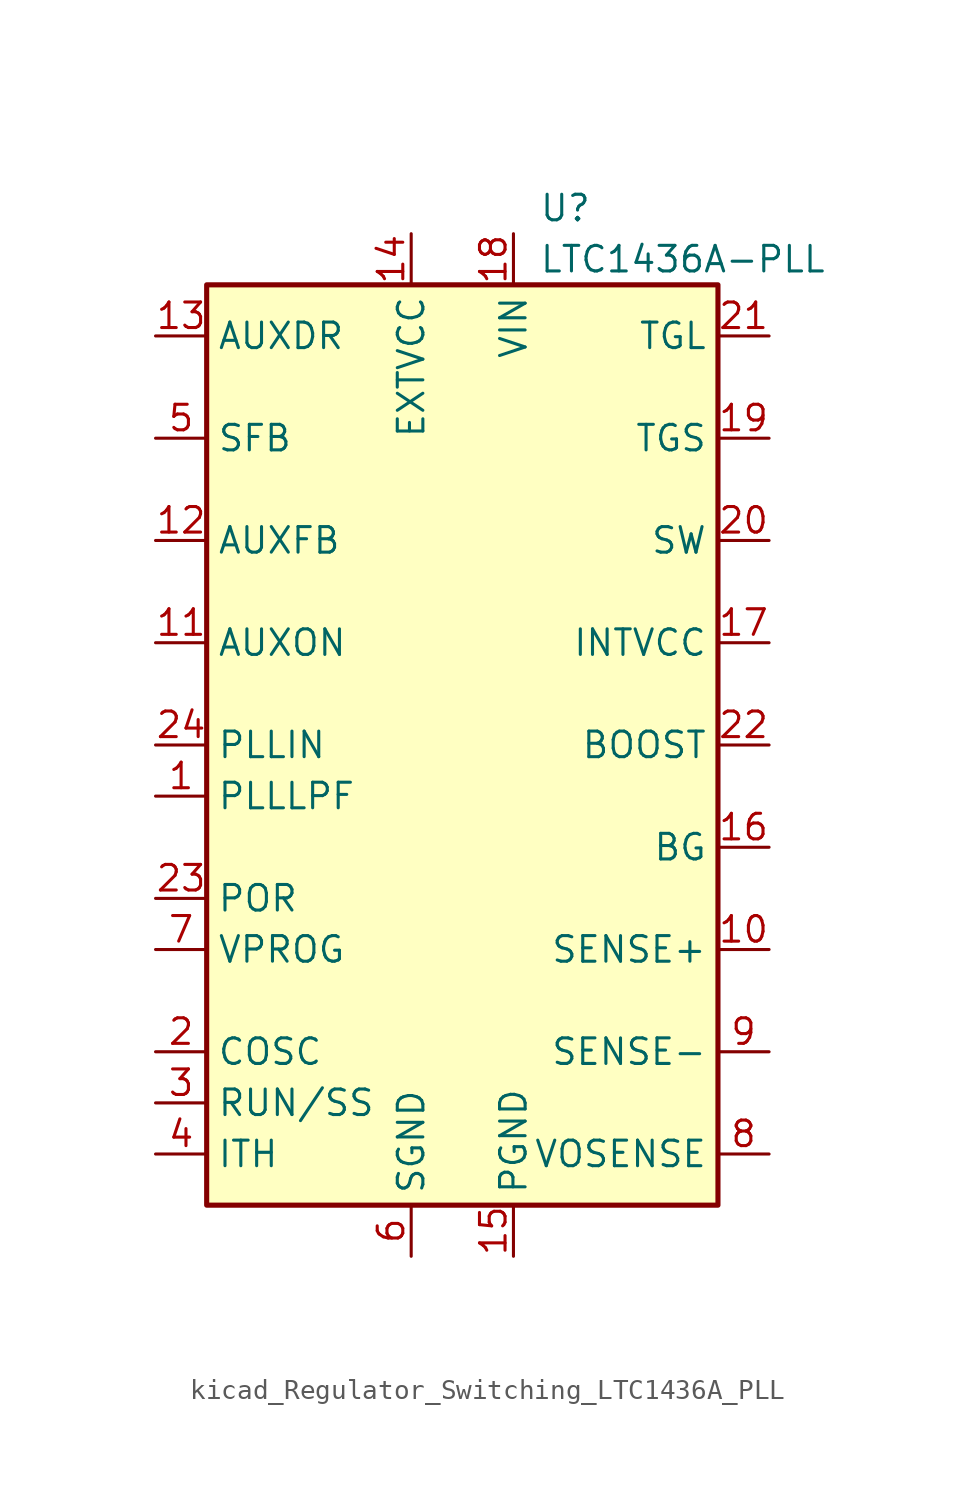
<source format=kicad_sym>
(kicad_symbol_lib
  (version 20220914)
  (generator kicad_symbol_editor)
  (symbol "kicad_Regulator_Switching_LTC1436A_PLL"
    (property "Reference" "U"
      (at 3.81 26.67 0)
      (effects (font (size 1.27 1.27)) (justify left)))
    (property "Value" "LTC1436A-PLL"
      (at 3.81 24.13 0)
      (effects (font (size 1.27 1.27)) (justify left)))
    (symbol "kicad_Regulator_Switching_LTC1436A_PLL_0_1"
      (rectangle (start -12.7 -22.86) (end 12.7 22.86) (stroke (width 0.254) (type default)) (fill (type background))))
    (symbol "kicad_Regulator_Switching_LTC1436A_PLL_1_1"
      (pin passive line (at -15.24 -2.54 0) (length 2.54) (name "PLLLPF" (effects (font (size 1.27 1.27)))) (number "1" (effects (font (size 1.27 1.27)))))
      (pin input line (at 15.24 -10.16 180) (length 2.54) (name "SENSE+" (effects (font (size 1.27 1.27)))) (number "10" (effects (font (size 1.27 1.27)))))
      (pin input line (at -15.24 5.08 0) (length 2.54) (name "AUXON" (effects (font (size 1.27 1.27)))) (number "11" (effects (font (size 1.27 1.27)))))
      (pin input line (at -15.24 10.16 0) (length 2.54) (name "AUXFB" (effects (font (size 1.27 1.27)))) (number "12" (effects (font (size 1.27 1.27)))))
      (pin open_collector line (at -15.24 20.32 0) (length 2.54) (name "AUXDR" (effects (font (size 1.27 1.27)))) (number "13" (effects (font (size 1.27 1.27)))))
      (pin power_in line (at -2.54 25.4 270) (length 2.54) (name "EXTVCC" (effects (font (size 1.27 1.27)))) (number "14" (effects (font (size 1.27 1.27)))))
      (pin power_in line (at 2.54 -25.4 90) (length 2.54) (name "PGND" (effects (font (size 1.27 1.27)))) (number "15" (effects (font (size 1.27 1.27)))))
      (pin output line (at 15.24 -5.08 180) (length 2.54) (name "BG" (effects (font (size 1.27 1.27)))) (number "16" (effects (font (size 1.27 1.27)))))
      (pin power_in line (at 15.24 5.08 180) (length 2.54) (name "INTVCC" (effects (font (size 1.27 1.27)))) (number "17" (effects (font (size 1.27 1.27)))))
      (pin power_in line (at 2.54 25.4 270) (length 2.54) (name "VIN" (effects (font (size 1.27 1.27)))) (number "18" (effects (font (size 1.27 1.27)))))
      (pin output line (at 15.24 15.24 180) (length 2.54) (name "TGS" (effects (font (size 1.27 1.27)))) (number "19" (effects (font (size 1.27 1.27)))))
      (pin passive line (at -15.24 -15.24 0) (length 2.54) (name "COSC" (effects (font (size 1.27 1.27)))) (number "2" (effects (font (size 1.27 1.27)))))
      (pin passive line (at 15.24 10.16 180) (length 2.54) (name "SW" (effects (font (size 1.27 1.27)))) (number "20" (effects (font (size 1.27 1.27)))))
      (pin output line (at 15.24 20.32 180) (length 2.54) (name "TGL" (effects (font (size 1.27 1.27)))) (number "21" (effects (font (size 1.27 1.27)))))
      (pin passive line (at 15.24 0 180) (length 2.54) (name "BOOST" (effects (font (size 1.27 1.27)))) (number "22" (effects (font (size 1.27 1.27)))))
      (pin open_collector line (at -15.24 -7.62 0) (length 2.54) (name "POR" (effects (font (size 1.27 1.27)))) (number "23" (effects (font (size 1.27 1.27)))))
      (pin input line (at -15.24 0 0) (length 2.54) (name "PLLIN" (effects (font (size 1.27 1.27)))) (number "24" (effects (font (size 1.27 1.27)))))
      (pin passive line (at -15.24 -17.78 0) (length 2.54) (name "RUN/SS" (effects (font (size 1.27 1.27)))) (number "3" (effects (font (size 1.27 1.27)))))
      (pin passive line (at -15.24 -20.32 0) (length 2.54) (name "ITH" (effects (font (size 1.27 1.27)))) (number "4" (effects (font (size 1.27 1.27)))))
      (pin passive line (at -15.24 15.24 0) (length 2.54) (name "SFB" (effects (font (size 1.27 1.27)))) (number "5" (effects (font (size 1.27 1.27)))))
      (pin power_in line (at -2.54 -25.4 90) (length 2.54) (name "SGND" (effects (font (size 1.27 1.27)))) (number "6" (effects (font (size 1.27 1.27)))))
      (pin input line (at -15.24 -10.16 0) (length 2.54) (name "VPROG" (effects (font (size 1.27 1.27)))) (number "7" (effects (font (size 1.27 1.27)))))
      (pin input line (at 15.24 -20.32 180) (length 2.54) (name "VOSENSE" (effects (font (size 1.27 1.27)))) (number "8" (effects (font (size 1.27 1.27)))))
      (pin input line (at 15.24 -15.24 180) (length 2.54) (name "SENSE-" (effects (font (size 1.27 1.27)))) (number "9" (effects (font (size 1.27 1.27))))))))
</source>
